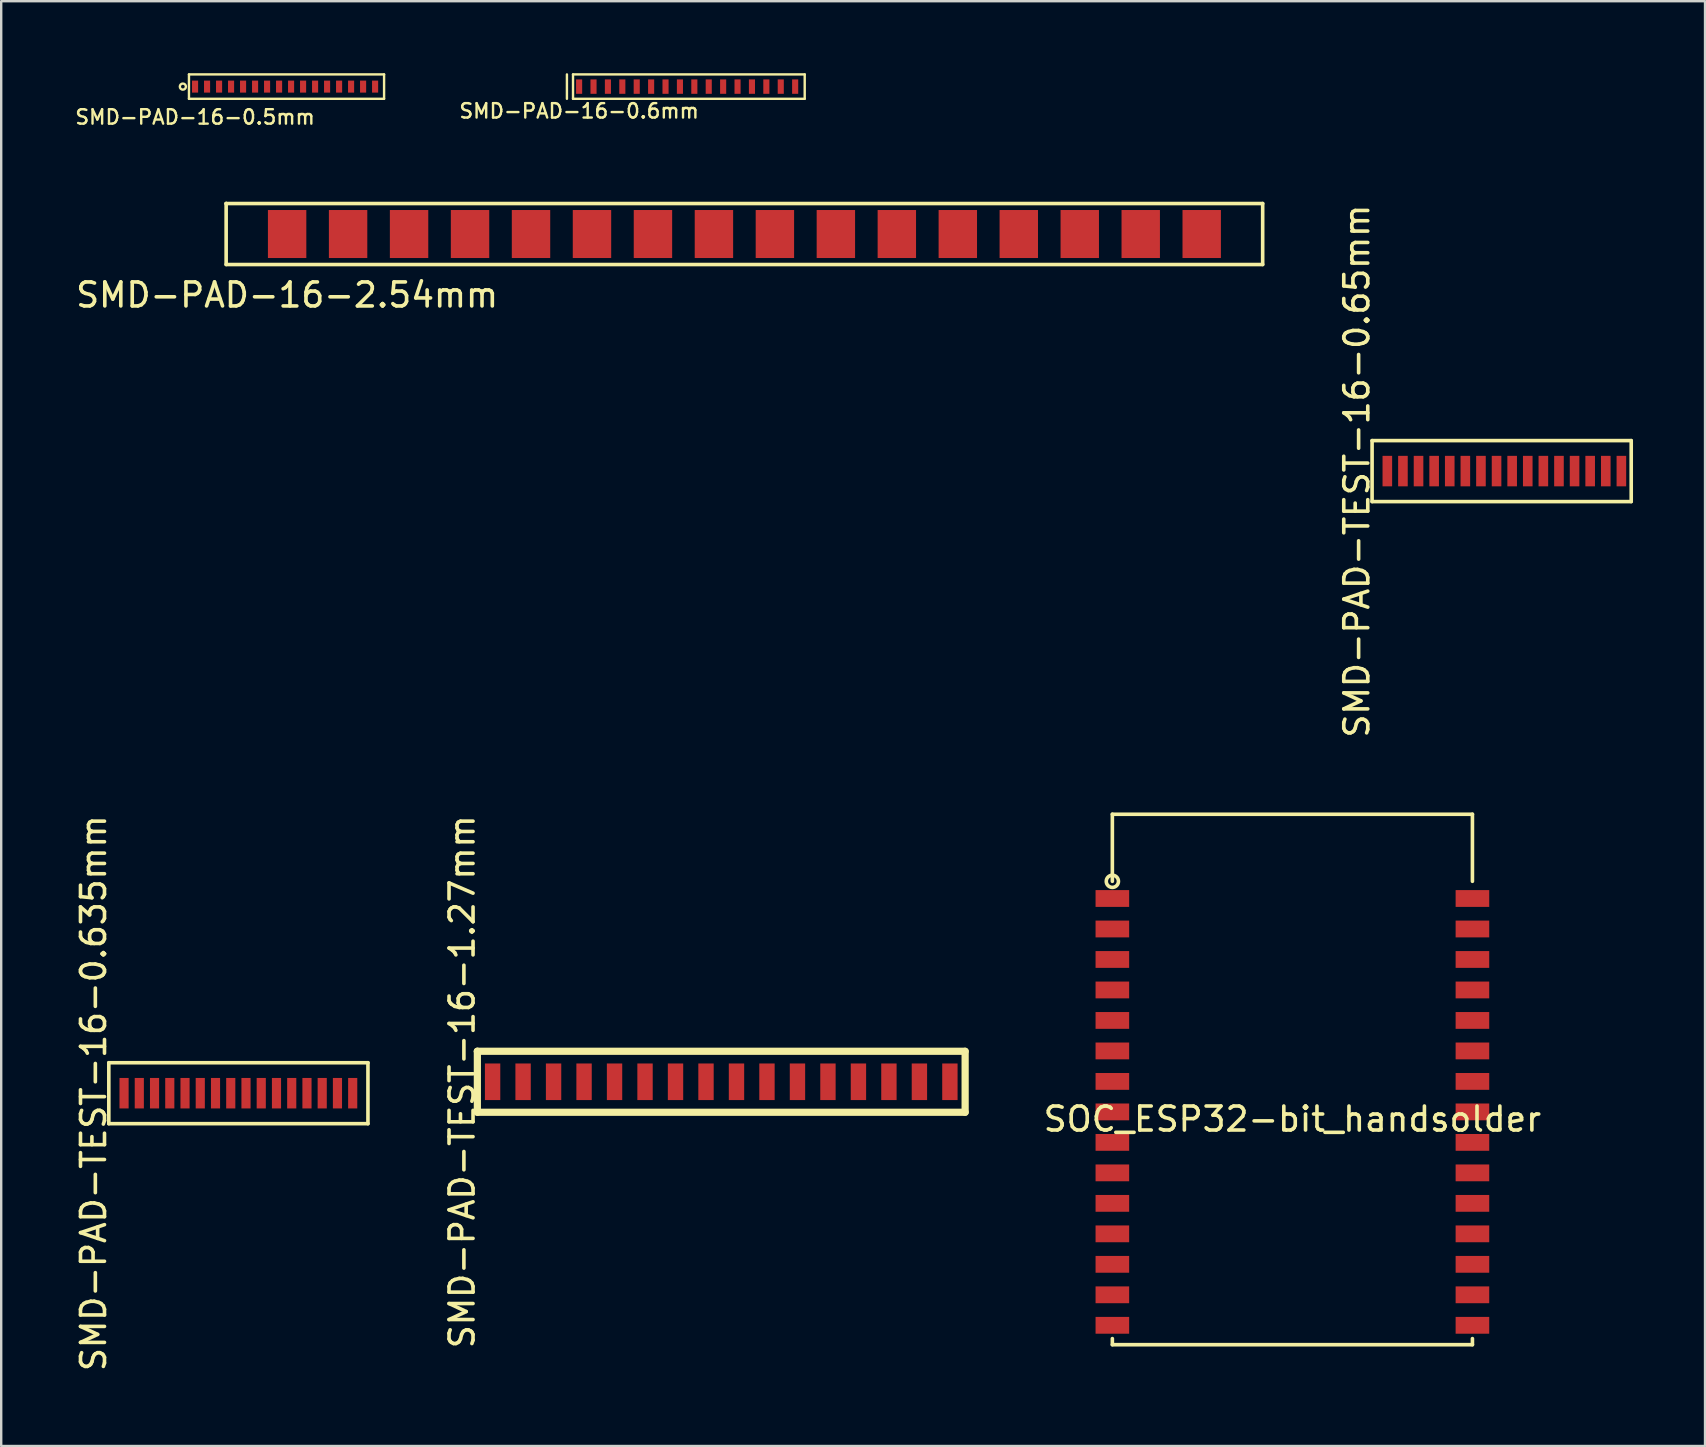
<source format=kicad_pcb>
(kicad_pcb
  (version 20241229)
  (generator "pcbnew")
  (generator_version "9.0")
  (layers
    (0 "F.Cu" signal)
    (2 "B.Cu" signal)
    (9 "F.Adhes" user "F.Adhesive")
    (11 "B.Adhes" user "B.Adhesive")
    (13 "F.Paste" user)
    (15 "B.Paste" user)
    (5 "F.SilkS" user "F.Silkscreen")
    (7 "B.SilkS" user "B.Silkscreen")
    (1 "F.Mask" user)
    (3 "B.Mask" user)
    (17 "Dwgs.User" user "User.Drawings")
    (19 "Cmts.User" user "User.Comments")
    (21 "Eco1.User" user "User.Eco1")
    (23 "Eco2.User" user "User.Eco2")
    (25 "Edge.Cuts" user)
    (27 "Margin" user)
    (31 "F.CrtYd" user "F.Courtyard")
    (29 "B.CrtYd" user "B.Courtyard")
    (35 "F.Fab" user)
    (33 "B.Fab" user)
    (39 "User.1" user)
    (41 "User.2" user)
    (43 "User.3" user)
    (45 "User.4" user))
  (footprint "SMD-PAD-TEST-16-0.635mm"
    (layer "F.Cu")
    (at 2.118 42.491)
    (property "Reference" "SMD-PAD-TEST-16-0.635mm" (at -1.27 0 90) (layer "F.SilkS") (effects (font (size 1 1) (thickness 0.15))))
    (attr through_hole)
    (fp_line (start -0.635 -1.27) (end 10.16 -1.27) (stroke (width 0.15) (type solid)) (layer "F.SilkS"))
    (fp_line (start -0.635 1.27) (end -0.635 -1.27) (stroke (width 0.15) (type solid)) (layer "F.SilkS"))
    (fp_line (start 10.16 -1.27) (end 10.16 1.27) (stroke (width 0.15) (type solid)) (layer "F.SilkS"))
    (fp_line (start 10.16 1.27) (end -0.635 1.27) (stroke (width 0.15) (type solid)) (layer "F.SilkS"))
    (pad "1" smd rect (at 0 0) (size 0.381 1.27) (layers "F.Cu" "F.Mask" "F.Paste"))
    (pad "2" smd rect (at 0.635 0) (size 0.381 1.27) (layers "F.Cu" "F.Mask" "F.Paste"))
    (pad "3" smd rect (at 1.27 0) (size 0.381 1.27) (layers "F.Cu" "F.Mask" "F.Paste"))
    (pad "4" smd rect (at 1.905 0) (size 0.381 1.27) (layers "F.Cu" "F.Mask" "F.Paste"))
    (pad "5" smd rect (at 2.54 0) (size 0.381 1.27) (layers "F.Cu" "F.Mask" "F.Paste"))
    (pad "6" smd rect (at 3.175 0) (size 0.381 1.27) (layers "F.Cu" "F.Mask" "F.Paste"))
    (pad "7" smd rect (at 3.81 0) (size 0.381 1.27) (layers "F.Cu" "F.Mask" "F.Paste"))
    (pad "8" smd rect (at 4.445 0) (size 0.381 1.27) (layers "F.Cu" "F.Mask" "F.Paste"))
    (pad "9" smd rect (at 5.08 0) (size 0.381 1.27) (layers "F.Cu" "F.Mask" "F.Paste"))
    (pad "10" smd rect (at 5.715 0) (size 0.381 1.27) (layers "F.Cu" "F.Mask" "F.Paste"))
    (pad "11" smd rect (at 6.35 0) (size 0.381 1.27) (layers "F.Cu" "F.Mask" "F.Paste"))
    (pad "12" smd rect (at 6.985 0) (size 0.381 1.27) (layers "F.Cu" "F.Mask" "F.Paste"))
    (pad "13" smd rect (at 7.62 0) (size 0.381 1.27) (layers "F.Cu" "F.Mask" "F.Paste"))
    (pad "14" smd rect (at 8.255 0) (size 0.381 1.27) (layers "F.Cu" "F.Mask" "F.Paste"))
    (pad "15" smd rect (at 8.89 0) (size 0.381 1.27) (layers "F.Cu" "F.Mask" "F.Paste"))
    (pad "16" smd rect (at 9.525 0) (size 0.381 1.27) (layers "F.Cu" "F.Mask" "F.Paste")))
  (footprint "SMD-PAD-16-0.5mm"
    (layer "F.Cu")
    (at 5.076 0.558)
    (property "Reference" "SMD-PAD-16-0.5mm" (at 0 1.27 0) (layer "F.SilkS") (effects (font (size 0.6 0.6) (thickness 0.1))))
    (attr through_hole)
    (fp_line (start -0.254 -0.508) (end 7.874 -0.508) (stroke (width 0.1) (type solid)) (layer "F.SilkS"))
    (fp_line (start -0.254 0.508) (end -0.254 -0.508) (stroke (width 0.1) (type solid)) (layer "F.SilkS"))
    (fp_line (start 7.874 -0.508) (end 7.874 0.508) (stroke (width 0.1) (type solid)) (layer "F.SilkS"))
    (fp_line (start 7.874 0.508) (end -0.254 0.508) (stroke (width 0.1) (type solid)) (layer "F.SilkS"))
    (fp_circle (center -0.508 0) (end -0.508 -0.127) (stroke (width 0.1) (type solid)) (fill no) (layer "F.SilkS"))
    (pad "1" smd rect (at 0 0) (size 0.254 0.5) (layers "F.Cu" "F.Mask" "F.Paste"))
    (pad "2" smd rect (at 0.5 0) (size 0.254 0.5) (layers "F.Cu" "F.Mask" "F.Paste"))
    (pad "3" smd rect (at 1 0) (size 0.254 0.5) (layers "F.Cu" "F.Mask" "F.Paste"))
    (pad "4" smd rect (at 1.5 0) (size 0.254 0.5) (layers "F.Cu" "F.Mask" "F.Paste"))
    (pad "5" smd rect (at 2 0) (size 0.254 0.5) (layers "F.Cu" "F.Mask" "F.Paste"))
    (pad "6" smd rect (at 2.5 0) (size 0.254 0.5) (layers "F.Cu" "F.Mask" "F.Paste"))
    (pad "7" smd rect (at 3 0) (size 0.254 0.5) (layers "F.Cu" "F.Mask" "F.Paste"))
    (pad "8" smd rect (at 3.5 0) (size 0.254 0.5) (layers "F.Cu" "F.Mask" "F.Paste"))
    (pad "9" smd rect (at 4 0) (size 0.254 0.5) (layers "F.Cu" "F.Mask" "F.Paste"))
    (pad "10" smd rect (at 4.5 0) (size 0.254 0.5) (layers "F.Cu" "F.Mask" "F.Paste"))
    (pad "11" smd rect (at 5 0) (size 0.254 0.5) (layers "F.Cu" "F.Mask" "F.Paste"))
    (pad "12" smd rect (at 5.5 0) (size 0.254 0.5) (layers "F.Cu" "F.Mask" "F.Paste"))
    (pad "13" smd rect (at 6 0) (size 0.254 0.5) (layers "F.Cu" "F.Mask" "F.Paste"))
    (pad "14" smd rect (at 6.5 0) (size 0.254 0.5) (layers "F.Cu" "F.Mask" "F.Paste"))
    (pad "15" smd rect (at 7 0) (size 0.254 0.5) (layers "F.Cu" "F.Mask" "F.Paste"))
    (pad "16" smd rect (at 7.5 0) (size 0.254 0.5) (layers "F.Cu" "F.Mask" "F.Paste")))
  (footprint "SOC_ESP32-bit_handsolder"
    (layer "F.Cu")
    (at 50.789 43.57)
    (property "Reference" "SOC_ESP32-bit_handsolder" (at 0 0 0) (layer "F.SilkS") (effects (font (size 1 1) (thickness 0.15))))
    (attr through_hole)
    (fp_line (start -7.5 -12.7) (end 7.5 -12.7) (stroke (width 0.15) (type solid)) (layer "F.SilkS"))
    (fp_line (start -7.5 -9.906) (end -7.5 -12.7) (stroke (width 0.15) (type solid)) (layer "F.SilkS"))
    (fp_line (start -7.5 9.144) (end -7.5 9.398) (stroke (width 0.15) (type solid)) (layer "F.SilkS"))
    (fp_line (start -7.5 9.398) (end 7.5 9.398) (stroke (width 0.15) (type solid)) (layer "F.SilkS"))
    (fp_line (start 7.5 -12.7) (end 7.5 -9.906) (stroke (width 0.15) (type solid)) (layer "F.SilkS"))
    (fp_line (start 7.5 9.398) (end 7.5 9.144) (stroke (width 0.15) (type solid)) (layer "F.SilkS"))
    (fp_circle (center -7.5 -9.906) (end -7.246 -9.906) (stroke (width 0.15) (type solid)) (fill no) (layer "F.SilkS"))
    (pad "1" smd rect (at -7.5 -9.19) (size 1.4 0.7) (layers "F.Cu" "F.Mask" "F.Paste"))
    (pad "2" smd rect (at -7.5 -7.92) (size 1.4 0.7) (layers "F.Cu" "F.Mask" "F.Paste"))
    (pad "3" smd rect (at -7.5 -6.65) (size 1.4 0.7) (layers "F.Cu" "F.Mask" "F.Paste"))
    (pad "4" smd rect (at -7.5 -5.38) (size 1.4 0.7) (layers "F.Cu" "F.Mask" "F.Paste"))
    (pad "5" smd rect (at -7.5 -4.11) (size 1.4 0.7) (layers "F.Cu" "F.Mask" "F.Paste"))
    (pad "6" smd rect (at -7.5 -2.84) (size 1.4 0.7) (layers "F.Cu" "F.Mask" "F.Paste"))
    (pad "7" smd rect (at -7.5 -1.57) (size 1.4 0.7) (layers "F.Cu" "F.Mask" "F.Paste"))
    (pad "8" smd rect (at -7.5 -0.3) (size 1.4 0.7) (layers "F.Cu" "F.Mask" "F.Paste"))
    (pad "9" smd rect (at -7.5 0.97) (size 1.4 0.7) (layers "F.Cu" "F.Mask" "F.Paste"))
    (pad "10" smd rect (at -7.5 2.24) (size 1.4 0.7) (layers "F.Cu" "F.Mask" "F.Paste"))
    (pad "11" smd rect (at -7.5 3.51) (size 1.4 0.7) (layers "F.Cu" "F.Mask" "F.Paste"))
    (pad "12" smd rect (at -7.5 4.78) (size 1.4 0.7) (layers "F.Cu" "F.Mask" "F.Paste"))
    (pad "13" smd rect (at -7.5 6.05) (size 1.4 0.7) (layers "F.Cu" "F.Mask" "F.Paste"))
    (pad "14" smd rect (at -7.5 7.32) (size 1.4 0.7) (layers "F.Cu" "F.Mask" "F.Paste"))
    (pad "15" smd rect (at -7.5 8.59) (size 1.4 0.7) (layers "F.Cu" "F.Mask" "F.Paste"))
    (pad "16" smd rect (at 7.5 8.59) (size 1.4 0.7) (layers "F.Cu" "F.Mask" "F.Paste"))
    (pad "17" smd rect (at 7.5 7.32) (size 1.4 0.7) (layers "F.Cu" "F.Mask" "F.Paste"))
    (pad "18" smd rect (at 7.5 6.05) (size 1.4 0.7) (layers "F.Cu" "F.Mask" "F.Paste"))
    (pad "19" smd rect (at 7.5 4.78) (size 1.4 0.7) (layers "F.Cu" "F.Mask" "F.Paste"))
    (pad "20" smd rect (at 7.5 3.51) (size 1.4 0.7) (layers "F.Cu" "F.Mask" "F.Paste"))
    (pad "21" smd rect (at 7.5 2.24) (size 1.4 0.7) (layers "F.Cu" "F.Mask" "F.Paste"))
    (pad "22" smd rect (at 7.5 0.97) (size 1.4 0.7) (layers "F.Cu" "F.Mask" "F.Paste"))
    (pad "23" smd rect (at 7.5 -0.3) (size 1.4 0.7) (layers "F.Cu" "F.Mask" "F.Paste"))
    (pad "24" smd rect (at 7.5 -1.57) (size 1.4 0.7) (layers "F.Cu" "F.Mask" "F.Paste"))
    (pad "25" smd rect (at 7.5 -2.84) (size 1.4 0.7) (layers "F.Cu" "F.Mask" "F.Paste"))
    (pad "26" smd rect (at 7.5 -4.11) (size 1.4 0.7) (layers "F.Cu" "F.Mask" "F.Paste"))
    (pad "27" smd rect (at 7.5 -5.38) (size 1.4 0.7) (layers "F.Cu" "F.Mask" "F.Paste"))
    (pad "28" smd rect (at 7.5 -6.65) (size 1.4 0.7) (layers "F.Cu" "F.Mask" "F.Paste"))
    (pad "29" smd rect (at 7.5 -7.92) (size 1.4 0.7) (layers "F.Cu" "F.Mask" "F.Paste"))
    (pad "30" smd rect (at 7.5 -9.19) (size 1.4 0.7) (layers "F.Cu" "F.Mask" "F.Paste")))
  (footprint "SMD-PAD-TEST-16-1.27mm"
    (layer "F.Cu")
    (at 17.471 42.015)
    (property "Reference" "SMD-PAD-TEST-16-1.27mm" (at -1.27 0 90) (layer "F.SilkS") (effects (font (size 1 1) (thickness 0.15))))
    (attr through_hole)
    (fp_line (start -0.635 -1.27) (end -0.635 -1.27) (stroke (width 0.3) (type solid)) (layer "F.SilkS"))
    (fp_line (start -0.635 -1.27) (end 19.685 -1.27) (stroke (width 0.3) (type solid)) (layer "F.SilkS"))
    (fp_line (start -0.635 1.27) (end -0.635 -1.27) (stroke (width 0.3) (type solid)) (layer "F.SilkS"))
    (fp_line (start 19.685 -1.27) (end 19.685 1.27) (stroke (width 0.3) (type solid)) (layer "F.SilkS"))
    (fp_line (start 19.685 1.27) (end -0.635 1.27) (stroke (width 0.3) (type solid)) (layer "F.SilkS"))
    (pad "1" smd rect (at 0 0) (size 0.64 1.524) (layers "F.Cu"))
    (pad "2" smd rect (at 1.27 0) (size 0.64 1.524) (layers "F.Cu"))
    (pad "3" smd rect (at 2.54 0) (size 0.64 1.524) (layers "F.Cu"))
    (pad "4" smd rect (at 3.81 0) (size 0.64 1.524) (layers "F.Cu"))
    (pad "5" smd rect (at 5.08 0) (size 0.64 1.524) (layers "F.Cu"))
    (pad "6" smd rect (at 6.35 0) (size 0.64 1.524) (layers "F.Cu"))
    (pad "7" smd rect (at 7.62 0) (size 0.64 1.524) (layers "F.Cu"))
    (pad "8" smd rect (at 8.89 0) (size 0.64 1.524) (layers "F.Cu"))
    (pad "9" smd rect (at 10.16 0) (size 0.64 1.524) (layers "F.Cu"))
    (pad "10" smd rect (at 11.43 0) (size 0.64 1.524) (layers "F.Cu"))
    (pad "11" smd rect (at 12.7 0) (size 0.64 1.524) (layers "F.Cu"))
    (pad "12" smd rect (at 13.97 0) (size 0.64 1.524) (layers "F.Cu"))
    (pad "13" smd rect (at 15.24 0) (size 0.64 1.524) (layers "F.Cu"))
    (pad "14" smd rect (at 16.51 0) (size 0.64 1.524) (layers "F.Cu"))
    (pad "15" smd rect (at 17.78 0) (size 0.64 1.524) (layers "F.Cu"))
    (pad "16" smd rect (at 19.05 0) (size 0.64 1.524) (layers "F.Cu")))
  (footprint "SMD-PAD-16-2.54mm"
    (layer "F.Cu")
    (at 8.911 6.699)
    (property "Reference" "SMD-PAD-16-2.54mm" (at 0 2.54 0) (layer "F.SilkS") (effects (font (size 1 1) (thickness 0.15))))
    (attr through_hole)
    (fp_line (start -2.54 -1.27) (end -2.54 -1.27) (stroke (width 0.15) (type solid)) (layer "F.SilkS"))
    (fp_line (start -2.54 -1.27) (end 40.64 -1.27) (stroke (width 0.15) (type solid)) (layer "F.SilkS"))
    (fp_line (start -2.54 1.27) (end -2.54 -1.27) (stroke (width 0.15) (type solid)) (layer "F.SilkS"))
    (fp_line (start 40.64 -1.27) (end 40.64 1.27) (stroke (width 0.15) (type solid)) (layer "F.SilkS"))
    (fp_line (start 40.64 1.27) (end -2.54 1.27) (stroke (width 0.15) (type solid)) (layer "F.SilkS"))
    (pad "1" smd rect (at 0 0) (size 1.6 2) (layers "F.Cu" "F.Mask" "F.Paste"))
    (pad "2" smd rect (at 2.54 0) (size 1.6 2) (layers "F.Cu" "F.Mask" "F.Paste"))
    (pad "3" smd rect (at 5.08 0) (size 1.6 2) (layers "F.Cu" "F.Mask" "F.Paste"))
    (pad "4" smd rect (at 7.62 0) (size 1.6 2) (layers "F.Cu" "F.Mask" "F.Paste"))
    (pad "5" smd rect (at 10.16 0) (size 1.6 2) (layers "F.Cu" "F.Mask" "F.Paste"))
    (pad "6" smd rect (at 12.7 0) (size 1.6 2) (layers "F.Cu" "F.Mask" "F.Paste"))
    (pad "7" smd rect (at 15.24 0) (size 1.6 2) (layers "F.Cu" "F.Mask" "F.Paste"))
    (pad "8" smd rect (at 17.78 0) (size 1.6 2) (layers "F.Cu" "F.Mask" "F.Paste"))
    (pad "9" smd rect (at 20.32 0) (size 1.6 2) (layers "F.Cu" "F.Mask" "F.Paste"))
    (pad "10" smd rect (at 22.86 0) (size 1.6 2) (layers "F.Cu" "F.Mask" "F.Paste"))
    (pad "11" smd rect (at 25.4 0) (size 1.6 2) (layers "F.Cu" "F.Mask" "F.Paste"))
    (pad "12" smd rect (at 27.94 0) (size 1.6 2) (layers "F.Cu" "F.Mask" "F.Paste"))
    (pad "13" smd rect (at 30.48 0) (size 1.6 2) (layers "F.Cu" "F.Mask" "F.Paste"))
    (pad "14" smd rect (at 33.02 0) (size 1.6 2) (layers "F.Cu" "F.Mask" "F.Paste"))
    (pad "15" smd rect (at 35.56 0) (size 1.6 2) (layers "F.Cu" "F.Mask" "F.Paste"))
    (pad "16" smd rect (at 38.1 0) (size 1.6 2) (layers "F.Cu" "F.Mask" "F.Paste")))
  (footprint "SMD-PAD-16-0.6mm"
    (layer "F.Cu")
    (at 21.075 0.558)
    (property "Reference" "SMD-PAD-16-0.6mm" (at 0 1.016 0) (layer "F.SilkS") (effects (font (size 0.6 0.6) (thickness 0.1))))
    (attr through_hole)
    (fp_line (start -0.508 -0.508) (end -0.508 0.508) (stroke (width 0.1) (type solid)) (layer "F.SilkS"))
    (fp_line (start -0.254 -0.508) (end 9.398 -0.508) (stroke (width 0.1) (type solid)) (layer "F.SilkS"))
    (fp_line (start -0.254 0.508) (end -0.254 -0.508) (stroke (width 0.1) (type solid)) (layer "F.SilkS"))
    (fp_line (start 9.398 -0.508) (end 9.398 0.508) (stroke (width 0.1) (type solid)) (layer "F.SilkS"))
    (fp_line (start 9.398 0.508) (end -0.254 0.508) (stroke (width 0.1) (type solid)) (layer "F.SilkS"))
    (pad "1" smd rect (at 0 0) (size 0.254 0.6) (layers "F.Cu" "F.Mask" "F.Paste"))
    (pad "2" smd rect (at 0.6 0) (size 0.254 0.6) (layers "F.Cu" "F.Mask" "F.Paste"))
    (pad "3" smd rect (at 1.2 0) (size 0.254 0.6) (layers "F.Cu" "F.Mask" "F.Paste"))
    (pad "4" smd rect (at 1.8 0) (size 0.254 0.6) (layers "F.Cu" "F.Mask" "F.Paste"))
    (pad "5" smd rect (at 2.4 0) (size 0.254 0.6) (layers "F.Cu" "F.Mask" "F.Paste"))
    (pad "6" smd rect (at 3 0) (size 0.254 0.6) (layers "F.Cu" "F.Mask" "F.Paste"))
    (pad "7" smd rect (at 3.6 0) (size 0.254 0.6) (layers "F.Cu" "F.Mask" "F.Paste"))
    (pad "8" smd rect (at 4.2 0) (size 0.254 0.6) (layers "F.Cu" "F.Mask" "F.Paste"))
    (pad "9" smd rect (at 4.8 0) (size 0.254 0.6) (layers "F.Cu" "F.Mask" "F.Paste"))
    (pad "10" smd rect (at 5.4 0) (size 0.254 0.6) (layers "F.Cu" "F.Mask" "F.Paste"))
    (pad "11" smd rect (at 6 0) (size 0.254 0.6) (layers "F.Cu" "F.Mask" "F.Paste"))
    (pad "12" smd rect (at 6.6 0) (size 0.254 0.6) (layers "F.Cu" "F.Mask" "F.Paste"))
    (pad "13" smd rect (at 7.2 0) (size 0.254 0.6) (layers "F.Cu" "F.Mask" "F.Paste"))
    (pad "14" smd rect (at 7.8 0) (size 0.254 0.6) (layers "F.Cu" "F.Mask" "F.Paste"))
    (pad "15" smd rect (at 8.4 0) (size 0.254 0.6) (layers "F.Cu" "F.Mask" "F.Paste"))
    (pad "16" smd rect (at 9 0) (size 0.254 0.6) (layers "F.Cu" "F.Mask" "F.Paste")))
  (footprint "SMD-PAD-TEST-16-0.65mm"
    (layer "F.Cu")
    (at 54.744 16.575)
    (property "Reference" "SMD-PAD-TEST-16-0.65mm" (at -1.27 0 90) (layer "F.SilkS") (effects (font (size 1 1) (thickness 0.15))))
    (attr through_hole)
    (fp_line (start -0.635 -1.27) (end 10.16 -1.27) (stroke (width 0.15) (type solid)) (layer "F.SilkS"))
    (fp_line (start -0.635 1.27) (end -0.635 -1.27) (stroke (width 0.15) (type solid)) (layer "F.SilkS"))
    (fp_line (start 10.16 -1.27) (end 10.16 1.27) (stroke (width 0.15) (type solid)) (layer "F.SilkS"))
    (fp_line (start 10.16 1.27) (end -0.635 1.27) (stroke (width 0.15) (type solid)) (layer "F.SilkS"))
    (pad "1" smd rect (at 0 0) (size 0.4 1.27) (layers "F.Cu" "F.Mask" "F.Paste"))
    (pad "2" smd rect (at 0.65 0) (size 0.4 1.27) (layers "F.Cu" "F.Mask" "F.Paste"))
    (pad "3" smd rect (at 1.3 0) (size 0.4 1.27) (layers "F.Cu" "F.Mask" "F.Paste"))
    (pad "4" smd rect (at 1.95 0) (size 0.4 1.27) (layers "F.Cu" "F.Mask" "F.Paste"))
    (pad "5" smd rect (at 2.6 0) (size 0.4 1.27) (layers "F.Cu" "F.Mask" "F.Paste"))
    (pad "6" smd rect (at 3.25 0) (size 0.4 1.27) (layers "F.Cu" "F.Mask" "F.Paste"))
    (pad "7" smd rect (at 3.9 0) (size 0.4 1.27) (layers "F.Cu" "F.Mask" "F.Paste"))
    (pad "8" smd rect (at 4.55 0) (size 0.4 1.27) (layers "F.Cu" "F.Mask" "F.Paste"))
    (pad "9" smd rect (at 5.2 0) (size 0.4 1.27) (layers "F.Cu" "F.Mask" "F.Paste"))
    (pad "10" smd rect (at 5.85 0) (size 0.4 1.27) (layers "F.Cu" "F.Mask" "F.Paste"))
    (pad "11" smd rect (at 6.5 0) (size 0.4 1.27) (layers "F.Cu" "F.Mask" "F.Paste"))
    (pad "12" smd rect (at 7.15 0) (size 0.4 1.27) (layers "F.Cu" "F.Mask" "F.Paste"))
    (pad "13" smd rect (at 7.8 0) (size 0.4 1.27) (layers "F.Cu" "F.Mask" "F.Paste"))
    (pad "14" smd rect (at 8.45 0) (size 0.4 1.27) (layers "F.Cu" "F.Mask" "F.Paste"))
    (pad "15" smd rect (at 9.1 0) (size 0.4 1.27) (layers "F.Cu" "F.Mask" "F.Paste"))
    (pad "16" smd rect (at 9.75 0) (size 0.4 1.27) (layers "F.Cu" "F.Mask" "F.Paste")))
  (gr_rect
    (start -3 -3)
    (end 67.979 57.188)
    (stroke (width 0.1) (type default))
    (fill no)
    (layer "Edge.Cuts")))
</source>
